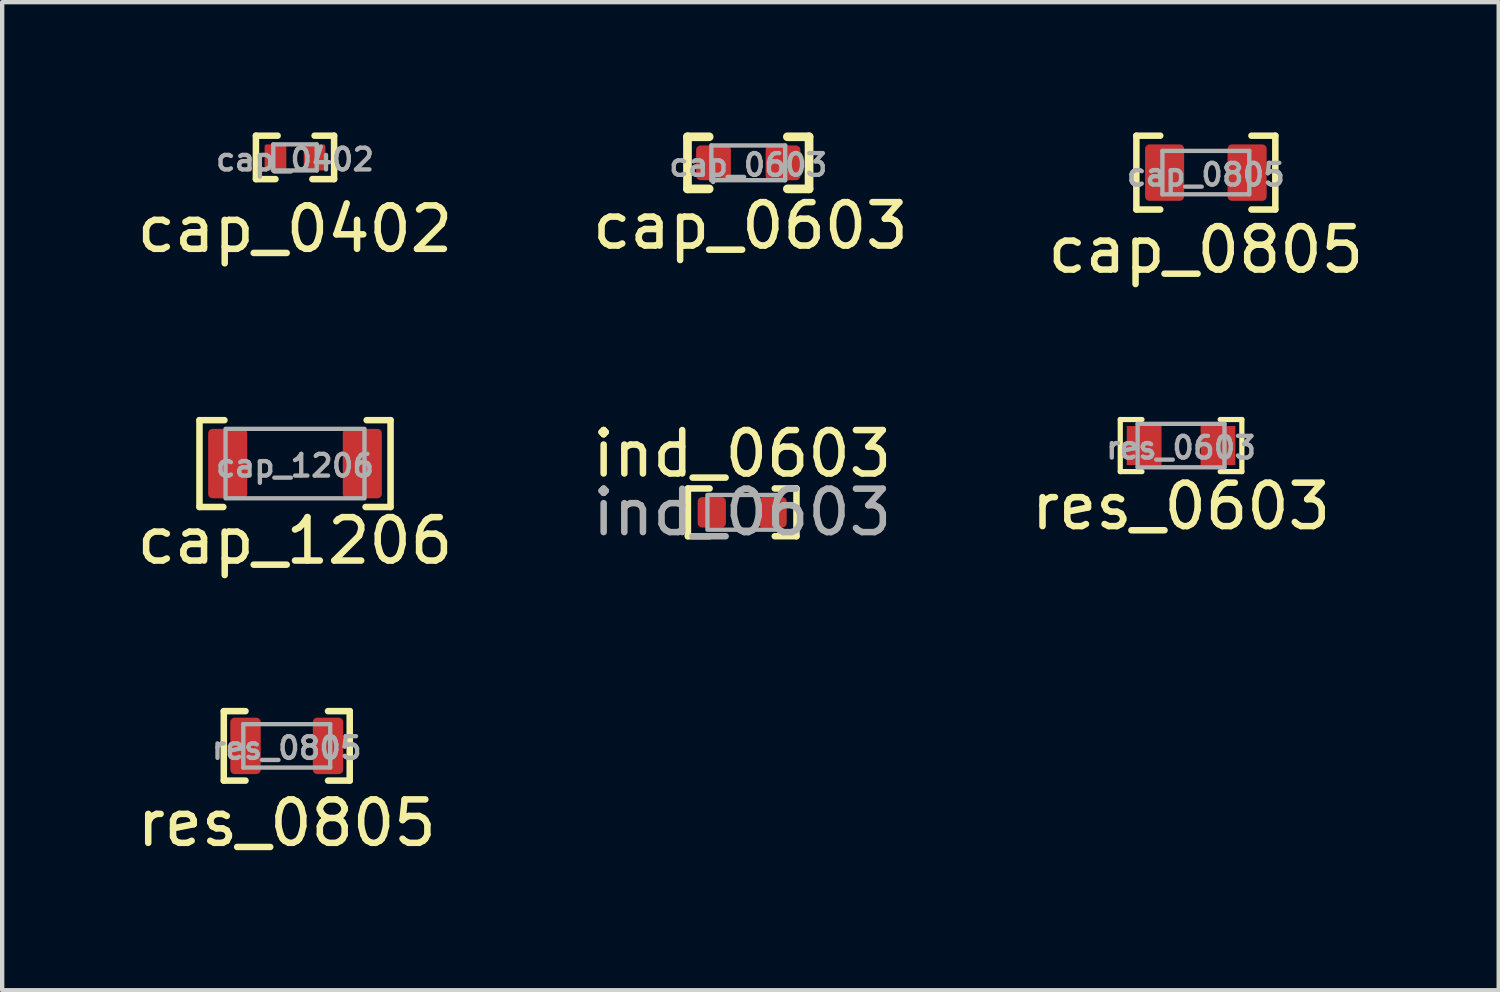
<source format=kicad_pcb>
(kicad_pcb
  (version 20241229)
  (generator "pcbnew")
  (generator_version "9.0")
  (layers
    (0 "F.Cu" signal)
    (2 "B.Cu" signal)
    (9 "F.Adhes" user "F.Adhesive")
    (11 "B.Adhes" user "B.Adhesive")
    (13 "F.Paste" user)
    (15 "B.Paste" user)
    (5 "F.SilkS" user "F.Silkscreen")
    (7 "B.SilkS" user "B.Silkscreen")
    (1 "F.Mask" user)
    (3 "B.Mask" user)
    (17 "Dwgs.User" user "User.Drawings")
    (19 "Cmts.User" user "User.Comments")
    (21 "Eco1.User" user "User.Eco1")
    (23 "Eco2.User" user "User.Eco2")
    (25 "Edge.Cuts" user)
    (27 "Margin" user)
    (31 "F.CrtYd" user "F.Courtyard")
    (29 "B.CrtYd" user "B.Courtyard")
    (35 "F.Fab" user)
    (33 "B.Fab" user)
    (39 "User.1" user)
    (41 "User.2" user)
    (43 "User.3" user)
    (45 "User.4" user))
  (footprint "cap_1206"
    (layer "F.Cu")
    (at 3.744 7.626)
    (property "Reference" "cap_1206" (at 0 1.778 0) (layer "F.SilkS") (effects (font (size 1 1) (thickness 0.15))))
    (attr smd)
    (fp_line (start -2.2 -1) (end -2.2 1) (stroke (width 0.15) (type solid)) (layer "F.SilkS"))
    (fp_line (start -2.2 1) (end -1.65 1) (stroke (width 0.15) (type solid)) (layer "F.SilkS"))
    (fp_line (start -1.625 -1) (end -2.2 -1) (stroke (width 0.15) (type solid)) (layer "F.SilkS"))
    (fp_line (start 1.625 1) (end 2.2 1) (stroke (width 0.15) (type solid)) (layer "F.SilkS"))
    (fp_line (start 2.2 -1) (end 1.65 -1) (stroke (width 0.15) (type solid)) (layer "F.SilkS"))
    (fp_line (start 2.2 1) (end 2.2 -1) (stroke (width 0.15) (type solid)) (layer "F.SilkS"))
    (fp_rect (start -1.6 -0.8) (end 1.6 0.8) (stroke (width 0.1) (type default)) (fill no) (layer "F.Fab"))
    (fp_text user "${REFERENCE}" (at 0 0.05 0) (layer "F.Fab") (effects (font (size 0.5 0.5) (thickness 0.1))))
    (pad "1" smd roundrect (at -1.55 0) (size 0.9 1.6) (layers "F.Cu" "F.Mask" "F.Paste") (roundrect_rratio 0.111))
    (pad "2" smd roundrect (at 1.55 0) (size 0.9 1.6) (layers "F.Cu" "F.Mask" "F.Paste") (roundrect_rratio 0.111)))
  (footprint "cap_0603"
    (layer "F.Cu")
    (at 14.182 0.7)
    (property "Reference" "cap_0603" (at 0.05 1.45 0) (layer "F.SilkS") (effects (font (size 1 1) (thickness 0.15))))
    (attr smd)
    (fp_line (start -1.4 -0.6) (end -1.4 0.6) (stroke (width 0.2) (type solid)) (layer "F.SilkS"))
    (fp_line (start -0.9 -0.6) (end -1.4 -0.6) (stroke (width 0.2) (type solid)) (layer "F.SilkS"))
    (fp_line (start -0.9 0.6) (end -1.4 0.6) (stroke (width 0.2) (type solid)) (layer "F.SilkS"))
    (fp_line (start 0.9 -0.6) (end 1.4 -0.6) (stroke (width 0.2) (type solid)) (layer "F.SilkS"))
    (fp_line (start 0.9 0.6) (end 1.4 0.6) (stroke (width 0.2) (type solid)) (layer "F.SilkS"))
    (fp_line (start 1.4 0.6) (end 1.4 -0.6) (stroke (width 0.2) (type solid)) (layer "F.SilkS"))
    (fp_line (start -0.85 -0.4) (end -0.85 0.4) (stroke (width 0.1) (type solid)) (layer "F.Fab"))
    (fp_line (start -0.85 0.4) (end 0.85 0.4) (stroke (width 0.1) (type solid)) (layer "F.Fab"))
    (fp_line (start 0.85 -0.4) (end -0.85 -0.4) (stroke (width 0.1) (type solid)) (layer "F.Fab"))
    (fp_line (start 0.85 0.4) (end 0.85 -0.4) (stroke (width 0.1) (type solid)) (layer "F.Fab"))
    (fp_text user "${REFERENCE}" (at 0 0.05 0) (layer "F.Fab") (effects (font (size 0.5 0.5) (thickness 0.1))))
    (pad "1" smd roundrect (at -0.8 0) (size 0.8 0.8) (layers "F.Cu" "F.Mask" "F.Paste") (roundrect_rratio 0.125))
    (pad "2" smd roundrect (at 0.8 0) (size 0.8 0.8) (layers "F.Cu" "F.Mask" "F.Paste") (roundrect_rratio 0.125)))
  (footprint "res_0603"
    (layer "F.Cu")
    (at 24.149 7.211)
    (property "Reference" "res_0603" (at 0 1.4 0) (layer "F.SilkS") (effects (font (size 1 1) (thickness 0.15))))
    (attr smd)
    (fp_line (start -1.4 -0.6) (end -1.4 0.6) (stroke (width 0.12) (type solid)) (layer "F.SilkS"))
    (fp_line (start -1.4 0.6) (end -0.9 0.6) (stroke (width 0.12) (type solid)) (layer "F.SilkS"))
    (fp_line (start -0.9 -0.6) (end -1.4 -0.6) (stroke (width 0.12) (type solid)) (layer "F.SilkS"))
    (fp_line (start 0.9 0.6) (end 1.4 0.6) (stroke (width 0.12) (type solid)) (layer "F.SilkS"))
    (fp_line (start 1.4 -0.6) (end 0.9 -0.6) (stroke (width 0.12) (type solid)) (layer "F.SilkS"))
    (fp_line (start 1.4 0.6) (end 1.4 -0.6) (stroke (width 0.12) (type solid)) (layer "F.SilkS"))
    (fp_line (start -1 -0.5) (end -1 0.5) (stroke (width 0.1) (type solid)) (layer "F.Fab"))
    (fp_line (start -1 0.5) (end 1 0.5) (stroke (width 0.1) (type solid)) (layer "F.Fab"))
    (fp_line (start 1 -0.5) (end -1 -0.5) (stroke (width 0.1) (type solid)) (layer "F.Fab"))
    (fp_line (start 1 0.5) (end 1 -0.5) (stroke (width 0.1) (type solid)) (layer "F.Fab"))
    (fp_text user "${REFERENCE}" (at 0 0.05 0) (layer "F.Fab") (effects (font (size 0.5 0.5) (thickness 0.1))))
    (pad "1" smd rect (at -0.85 0) (size 0.8 0.9) (layers "F.Cu" "F.Mask" "F.Paste"))
    (pad "2" smd rect (at 0.85 0) (size 0.8 0.9) (layers "F.Cu" "F.Mask" "F.Paste")))
  (footprint "res_0805"
    (layer "F.Cu")
    (at 3.554 14.127)
    (property "Reference" "res_0805" (at 0 1.778 0) (layer "F.SilkS") (effects (font (size 1 1) (thickness 0.15))))
    (attr smd)
    (fp_line (start -1.45 -0.8) (end -1.45 0.8) (stroke (width 0.15) (type solid)) (layer "F.SilkS"))
    (fp_line (start -1.45 0.8) (end -0.95 0.8) (stroke (width 0.15) (type solid)) (layer "F.SilkS"))
    (fp_line (start -0.95 -0.8) (end -1.45 -0.8) (stroke (width 0.15) (type solid)) (layer "F.SilkS"))
    (fp_line (start 0.95 0.8) (end 1.45 0.8) (stroke (width 0.15) (type solid)) (layer "F.SilkS"))
    (fp_line (start 1.45 -0.8) (end 0.95 -0.8) (stroke (width 0.15) (type solid)) (layer "F.SilkS"))
    (fp_line (start 1.45 0.8) (end 1.45 -0.8) (stroke (width 0.15) (type solid)) (layer "F.SilkS"))
    (fp_line (start -1 -0.5) (end -1 0.5) (stroke (width 0.1) (type solid)) (layer "F.Fab"))
    (fp_line (start -1 0.5) (end 1 0.5) (stroke (width 0.1) (type solid)) (layer "F.Fab"))
    (fp_line (start 1 -0.5) (end -1 -0.5) (stroke (width 0.1) (type solid)) (layer "F.Fab"))
    (fp_line (start 1 0.5) (end 1 -0.5) (stroke (width 0.1) (type solid)) (layer "F.Fab"))
    (fp_text user "${REFERENCE}" (at 0 0.05 0) (layer "F.Fab") (effects (font (size 0.5 0.5) (thickness 0.1))))
    (pad "1" smd roundrect (at -0.95 0) (size 0.7 1.3) (layers "F.Cu" "F.Mask" "F.Paste") (roundrect_rratio 0.143))
    (pad "2" smd roundrect (at 0.95 0) (size 0.7 1.3) (layers "F.Cu" "F.Mask" "F.Paste") (roundrect_rratio 0.143)))
  (footprint "ind_0603"
    (layer "F.Cu")
    (at 14.042 8.749)
    (property "Reference" "ind_0603" (at 0 -1.35 0) (unlocked yes) (layer "F.SilkS") (effects (font (size 1 1) (thickness 0.15))))
    (attr smd)
    (fp_line (start -1.25 -0.55) (end -1.25 0.55) (stroke (width 0.15) (type default)) (layer "F.SilkS"))
    (fp_line (start -1.25 0.55) (end -0.75 0.55) (stroke (width 0.15) (type default)) (layer "F.SilkS"))
    (fp_line (start -0.75 -0.55) (end -1.25 -0.55) (stroke (width 0.15) (type default)) (layer "F.SilkS"))
    (fp_line (start 0.75 0.55) (end 1.25 0.55) (stroke (width 0.15) (type default)) (layer "F.SilkS"))
    (fp_line (start 1.25 -0.55) (end 0.75 -0.55) (stroke (width 0.15) (type default)) (layer "F.SilkS"))
    (fp_line (start 1.25 0.55) (end 1.25 -0.55) (stroke (width 0.15) (type default)) (layer "F.SilkS"))
    (fp_rect (start -0.8 -0.4) (end 0.8 0.4) (stroke (width 0.1) (type default)) (fill no) (layer "F.Fab"))
    (fp_text user "${REFERENCE}" (at 0 0 0) (unlocked yes) (layer "F.Fab") (effects (font (size 1 1) (thickness 0.15))))
    (pad "1" smd roundrect (at -0.7 0) (size 0.65 0.7) (layers "F.Cu" "F.Mask" "F.Paste") (roundrect_rratio 0.154))
    (pad "2" smd roundrect (at 0.7 0) (size 0.65 0.7) (layers "F.Cu" "F.Mask" "F.Paste") (roundrect_rratio 0.154)))
  (footprint "cap_0402"
    (layer "F.Cu")
    (at 3.744 0.575)
    (property "Reference" "cap_0402" (at 0 1.65 0) (layer "F.SilkS") (effects (font (size 1 1) (thickness 0.15))))
    (attr smd)
    (fp_line (start -0.9 -0.5) (end -0.9 0.5) (stroke (width 0.15) (type solid)) (layer "F.SilkS"))
    (fp_line (start -0.45 0.5) (end -0.9 0.5) (stroke (width 0.15) (type solid)) (layer "F.SilkS"))
    (fp_line (start -0.4 -0.5) (end -0.9 -0.5) (stroke (width 0.15) (type solid)) (layer "F.SilkS"))
    (fp_line (start 0.4 0.5) (end 0.9 0.5) (stroke (width 0.15) (type solid)) (layer "F.SilkS"))
    (fp_line (start 0.45 -0.5) (end 0.9 -0.5) (stroke (width 0.15) (type solid)) (layer "F.SilkS"))
    (fp_line (start 0.9 0.5) (end 0.9 -0.5) (stroke (width 0.15) (type solid)) (layer "F.SilkS"))
    (fp_line (start -0.5 -0.3) (end -0.5 0.3) (stroke (width 0.1) (type solid)) (layer "F.Fab"))
    (fp_line (start -0.5 0.3) (end 0.5 0.3) (stroke (width 0.1) (type solid)) (layer "F.Fab"))
    (fp_line (start 0.5 -0.3) (end -0.5 -0.3) (stroke (width 0.1) (type solid)) (layer "F.Fab"))
    (fp_line (start 0.5 0.3) (end 0.5 -0.3) (stroke (width 0.1) (type solid)) (layer "F.Fab"))
    (fp_text user "${REFERENCE}" (at 0 0.05 0) (layer "F.Fab") (effects (font (size 0.5 0.5) (thickness 0.1))))
    (pad "1" smd roundrect (at -0.45 0) (size 0.5 0.6) (layers "F.Cu" "F.Mask" "F.Paste") (roundrect_rratio 0.1))
    (pad "2" smd roundrect (at 0.45 0) (size 0.5 0.6) (layers "F.Cu" "F.Mask" "F.Paste") (roundrect_rratio 0.1)))
  (footprint "cap_0805"
    (layer "F.Cu")
    (at 24.72 0.925)
    (property "Reference" "cap_0805" (at 0 1.778 0) (layer "F.SilkS") (effects (font (size 1 1) (thickness 0.15))))
    (attr smd)
    (fp_line (start -1.6 -0.85) (end -1.6 0.85) (stroke (width 0.15) (type solid)) (layer "F.SilkS"))
    (fp_line (start -1.6 0.85) (end -1.05 0.85) (stroke (width 0.15) (type solid)) (layer "F.SilkS"))
    (fp_line (start -1.05 -0.85) (end -1.6 -0.85) (stroke (width 0.15) (type solid)) (layer "F.SilkS"))
    (fp_line (start 1.05 0.85) (end 1.6 0.85) (stroke (width 0.15) (type solid)) (layer "F.SilkS"))
    (fp_line (start 1.6 -0.85) (end 1.05 -0.85) (stroke (width 0.15) (type solid)) (layer "F.SilkS"))
    (fp_line (start 1.6 0.85) (end 1.6 -0.85) (stroke (width 0.15) (type solid)) (layer "F.SilkS"))
    (fp_line (start -1 -0.5) (end -1 0.5) (stroke (width 0.1) (type solid)) (layer "F.Fab"))
    (fp_line (start -1 0.5) (end 1 0.5) (stroke (width 0.1) (type solid)) (layer "F.Fab"))
    (fp_line (start 1 -0.5) (end -1 -0.5) (stroke (width 0.1) (type solid)) (layer "F.Fab"))
    (fp_line (start 1 0.5) (end 1 -0.5) (stroke (width 0.1) (type solid)) (layer "F.Fab"))
    (fp_text user "${REFERENCE}" (at 0 0.05 0) (layer "F.Fab") (effects (font (size 0.5 0.5) (thickness 0.1))))
    (pad "1" smd roundrect (at -0.95 0) (size 0.9 1.3) (layers "F.Cu" "F.Mask" "F.Paste") (roundrect_rratio 0.111))
    (pad "2" smd roundrect (at 0.95 0) (size 0.9 1.3) (layers "F.Cu" "F.Mask" "F.Paste") (roundrect_rratio 0.111)))
  (gr_rect
    (start -3 -3)
    (end 31.464 19.754)
    (stroke (width 0.1) (type default))
    (fill no)
    (layer "Edge.Cuts")))
</source>
